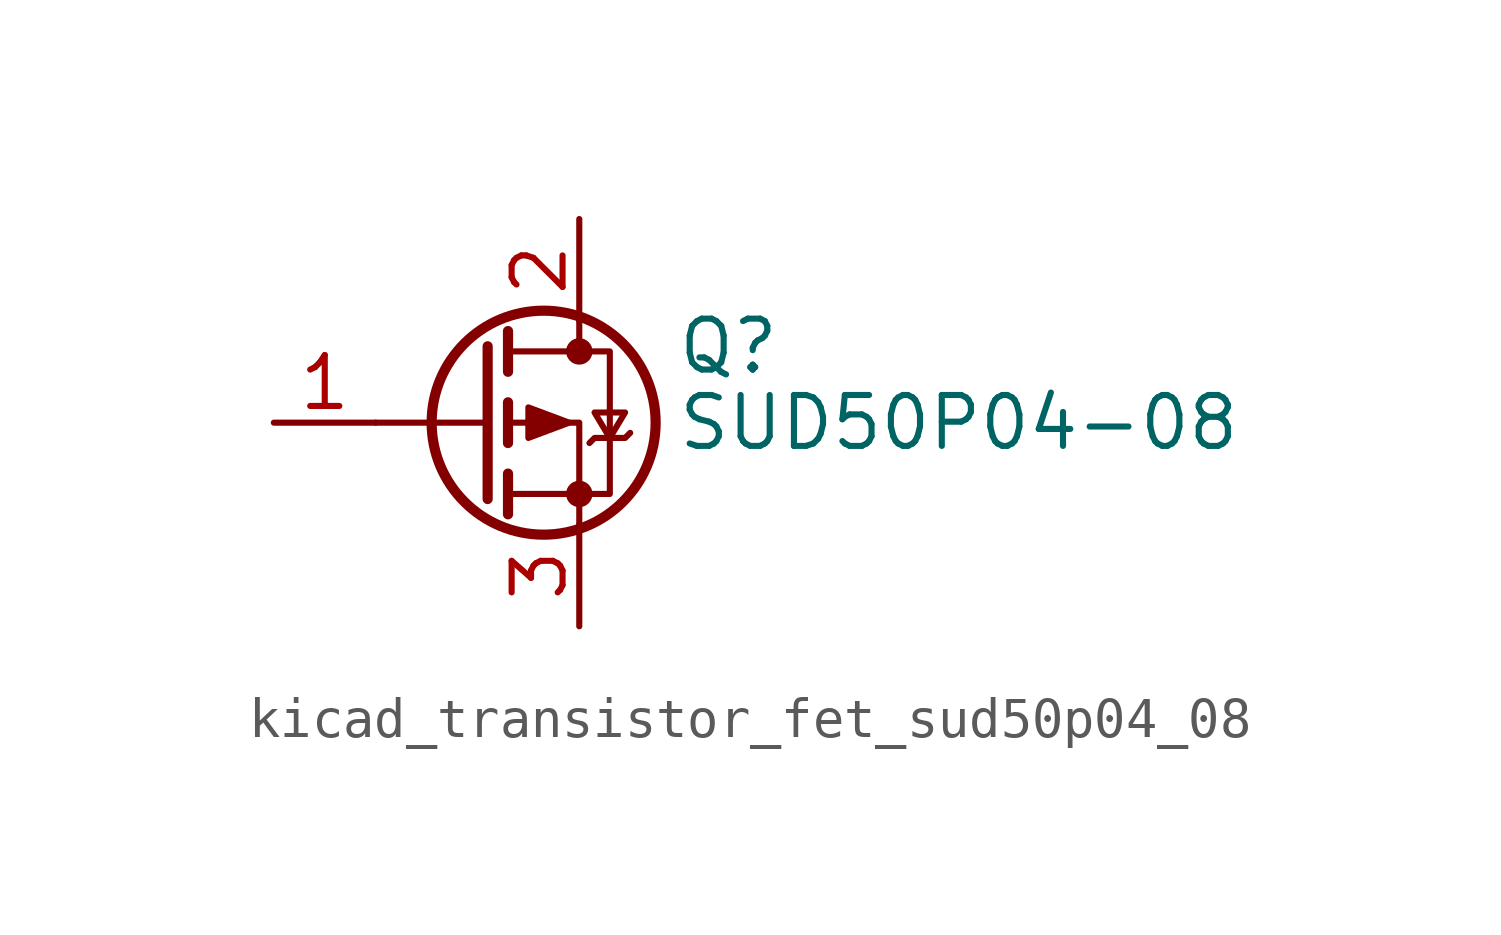
<source format=kicad_sym>
(kicad_symbol_lib
  (version 20220914)
  (generator kicad_symbol_editor)
  (symbol "kicad_transistor_fet_sud50p04_08"
    (pin_names hide)
    (property "Reference" "Q"
      (at 4.953 1.905 0)
      (effects (font (size 1.27 1.27)) (justify left)))
    (property "Value" "SUD50P04-08"
      (at 4.953 0 0)
      (effects (font (size 1.27 1.27)) (justify left)))
    (symbol "kicad_transistor_fet_sud50p04_08_0_1"
      (polyline (pts (xy 0.254 0) (xy -2.54 0)) (stroke (width 0) (type default)) (fill (type none)))
      (polyline (pts (xy 0.254 1.905) (xy 0.254 -1.905)) (stroke (width 0.254) (type default)) (fill (type none)))
      (polyline (pts (xy 0.762 -1.27) (xy 0.762 -2.286)) (stroke (width 0.254) (type default)) (fill (type none)))
      (polyline (pts (xy 0.762 0.508) (xy 0.762 -0.508)) (stroke (width 0.254) (type default)) (fill (type none)))
      (polyline (pts (xy 0.762 2.286) (xy 0.762 1.27)) (stroke (width 0.254) (type default)) (fill (type none)))
      (polyline (pts (xy 2.54 2.54) (xy 2.54 1.778)) (stroke (width 0) (type default)) (fill (type none)))
      (polyline (pts (xy 2.54 -2.54) (xy 2.54 0) (xy 0.762 0)) (stroke (width 0) (type default)) (fill (type none)))
      (polyline (pts (xy 0.762 1.778) (xy 3.302 1.778) (xy 3.302 -1.778) (xy 0.762 -1.778)) (stroke (width 0) (type default)) (fill (type none)))
      (polyline (pts (xy 2.286 0) (xy 1.27 0.381) (xy 1.27 -0.381) (xy 2.286 0)) (stroke (width 0) (type default)) (fill (type outline)))
      (polyline (pts (xy 2.794 -0.508) (xy 2.921 -0.381) (xy 3.683 -0.381) (xy 3.81 -0.254)) (stroke (width 0) (type default)) (fill (type none)))
      (polyline (pts (xy 3.302 -0.381) (xy 2.921 0.254) (xy 3.683 0.254) (xy 3.302 -0.381)) (stroke (width 0) (type default)) (fill (type none)))
      (circle (center 1.651 0) (radius 2.794) (stroke (width 0.254) (type default)) (fill (type none)))
      (circle (center 2.54 -1.778) (radius 0.254) (stroke (width 0) (type default)) (fill (type outline)))
      (circle (center 2.54 1.778) (radius 0.254) (stroke (width 0) (type default)) (fill (type outline))))
    (symbol "kicad_transistor_fet_sud50p04_08_1_1"
      (pin input line (at -5.08 0 0) (length 2.54) (name "G" (effects (font (size 1.27 1.27)))) (number "1" (effects (font (size 1.27 1.27)))))
      (pin passive line (at 2.54 5.08 270) (length 2.54) (name "D" (effects (font (size 1.27 1.27)))) (number "2" (effects (font (size 1.27 1.27)))))
      (pin passive line (at 2.54 -5.08 90) (length 2.54) (name "S" (effects (font (size 1.27 1.27)))) (number "3" (effects (font (size 1.27 1.27))))))))
</source>
